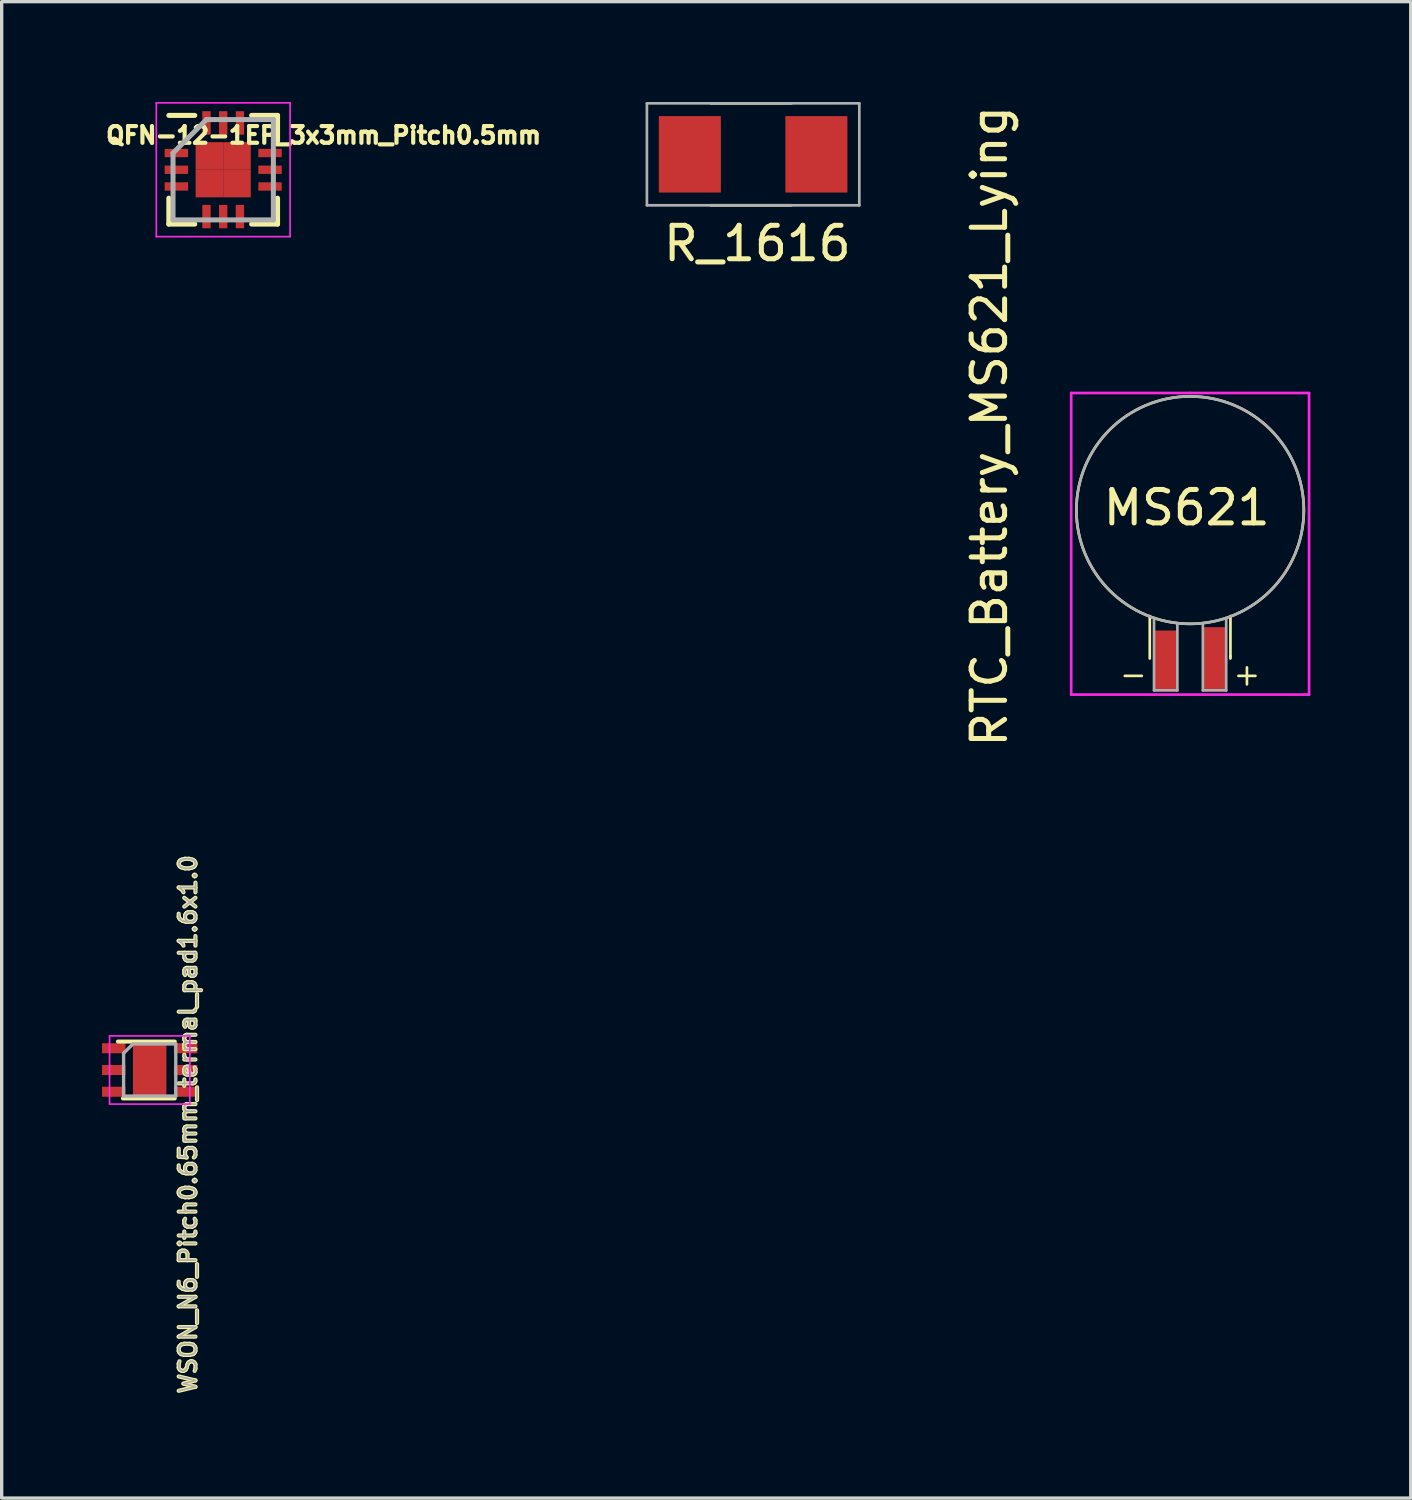
<source format=kicad_pcb>
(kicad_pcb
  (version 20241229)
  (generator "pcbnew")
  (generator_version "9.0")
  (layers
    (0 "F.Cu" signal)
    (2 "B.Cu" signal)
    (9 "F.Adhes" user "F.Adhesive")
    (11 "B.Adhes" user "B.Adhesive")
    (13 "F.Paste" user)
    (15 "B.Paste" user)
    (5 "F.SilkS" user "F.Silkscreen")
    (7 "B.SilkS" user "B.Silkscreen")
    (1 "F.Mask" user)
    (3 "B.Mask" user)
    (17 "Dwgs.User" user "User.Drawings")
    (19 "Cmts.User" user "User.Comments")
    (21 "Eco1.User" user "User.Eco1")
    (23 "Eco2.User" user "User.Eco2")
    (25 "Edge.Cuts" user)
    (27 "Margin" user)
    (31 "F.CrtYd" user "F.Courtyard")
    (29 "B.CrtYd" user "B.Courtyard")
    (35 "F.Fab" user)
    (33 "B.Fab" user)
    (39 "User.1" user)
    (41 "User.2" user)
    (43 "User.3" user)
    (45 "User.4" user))
  (footprint "WSON_N6_Pitch0.65mm_termal_pad1.6x1.0"
    (layer "F.Cu")
    (at 1.425 28.94)
    (property "Reference" "WSON_N6_Pitch0.65mm_termal_pad1.6x1.0" (at 1.143 1.626 90) (layer "F.SilkS") (effects (font (size 0.5 0.5) (thickness 0.125))))
    (attr smd)
    (fp_line (start -0.95 -0.85) (end 0.75 -0.85) (stroke (width 0.12) (type solid)) (layer "F.SilkS"))
    (fp_line (start -0.8 0.85) (end 0.75 0.85) (stroke (width 0.12) (type solid)) (layer "F.SilkS"))
    (fp_line (start -1.2 1.02) (end -1.2 -1.02) (stroke (width 0.05) (type solid)) (layer "F.CrtYd"))
    (fp_line (start -1.2 1.02) (end 1.2 1.02) (stroke (width 0.05) (type solid)) (layer "F.CrtYd"))
    (fp_line (start 1.2 -1.02) (end -1.2 -1.02) (stroke (width 0.05) (type solid)) (layer "F.CrtYd"))
    (fp_line (start 1.2 -1.02) (end 1.2 1.02) (stroke (width 0.05) (type solid)) (layer "F.CrtYd"))
    (fp_line (start -0.78 -0.5) (end -0.78 0.78) (stroke (width 0.1) (type solid)) (layer "F.Fab"))
    (fp_line (start -0.78 0.78) (end 0.78 0.78) (stroke (width 0.1) (type solid)) (layer "F.Fab"))
    (fp_line (start -0.5 -0.78) (end -0.78 -0.5) (stroke (width 0.1) (type solid)) (layer "F.Fab"))
    (fp_line (start 0.78 -0.78) (end -0.5 -0.78) (stroke (width 0.1) (type solid)) (layer "F.Fab"))
    (fp_line (start 0.78 -0.78) (end 0.78 0.78) (stroke (width 0.1) (type solid)) (layer "F.Fab"))
    (fp_text user "${REFERENCE}" (at 1.143 1.626 90) (layer "F.Fab") (effects (font (size 0.5 0.5) (thickness 0.05))))
    (pad "1" smd rect (at -1.075 -0.65 270) (size 0.3 0.7) (layers "F.Cu" "F.Mask" "F.Paste"))
    (pad "2" smd rect (at -1.075 0 270) (size 0.3 0.7) (layers "F.Cu" "F.Mask" "F.Paste"))
    (pad "3" smd rect (at -1.075 0.65 270) (size 0.3 0.7) (layers "F.Cu" "F.Mask" "F.Paste"))
    (pad "4" smd rect (at 1.075 0.65 270) (size 0.3 0.7) (layers "F.Cu" "F.Mask" "F.Paste"))
    (pad "5" smd rect (at 1.075 0 270) (size 0.3 0.7) (layers "F.Cu" "F.Mask" "F.Paste"))
    (pad "6" smd rect (at 1.075 -0.65 270) (size 0.3 0.7) (layers "F.Cu" "F.Mask" "F.Paste"))
    (pad "7" smd rect (at 0 0 270) (size 1.6 1) (layers "F.Cu" "F.Mask" "F.Paste")))
  (footprint "QFN-12-1EP_3x3mm_Pitch0.5mm"
    (layer "F.Cu")
    (at 3.623 2.025)
    (property "Reference" "QFN-12-1EP_3x3mm_Pitch0.5mm" (at 3.002 -1.031 0) (layer "F.SilkS") (effects (font (size 0.5 0.5) (thickness 0.125))))
    (attr smd)
    (fp_line (start -1.625 -1.625) (end -0.85 -1.625) (stroke (width 0.15) (type solid)) (layer "F.SilkS"))
    (fp_line (start -1.625 1.625) (end -1.625 0.85) (stroke (width 0.15) (type solid)) (layer "F.SilkS"))
    (fp_line (start -1.625 1.625) (end -0.85 1.625) (stroke (width 0.15) (type solid)) (layer "F.SilkS"))
    (fp_line (start 1.625 -1.625) (end 0.85 -1.625) (stroke (width 0.15) (type solid)) (layer "F.SilkS"))
    (fp_line (start 1.625 -1.625) (end 1.625 -0.85) (stroke (width 0.15) (type solid)) (layer "F.SilkS"))
    (fp_line (start 1.625 1.625) (end 0.85 1.625) (stroke (width 0.15) (type solid)) (layer "F.SilkS"))
    (fp_line (start 1.625 1.625) (end 1.625 0.85) (stroke (width 0.15) (type solid)) (layer "F.SilkS"))
    (fp_line (start -2 -2) (end -2 2) (stroke (width 0.05) (type solid)) (layer "F.CrtYd"))
    (fp_line (start -2 -2) (end 2 -2) (stroke (width 0.05) (type solid)) (layer "F.CrtYd"))
    (fp_line (start -2 2) (end 2 2) (stroke (width 0.05) (type solid)) (layer "F.CrtYd"))
    (fp_line (start 2 -2) (end 2 2) (stroke (width 0.05) (type solid)) (layer "F.CrtYd"))
    (fp_line (start -1.5 -0.5) (end -0.5 -1.5) (stroke (width 0.15) (type solid)) (layer "F.Fab"))
    (fp_line (start -1.5 1.5) (end -1.5 -0.5) (stroke (width 0.15) (type solid)) (layer "F.Fab"))
    (fp_line (start -0.5 -1.5) (end 1.5 -1.5) (stroke (width 0.15) (type solid)) (layer "F.Fab"))
    (fp_line (start 1.5 -1.5) (end 1.5 1.5) (stroke (width 0.15) (type solid)) (layer "F.Fab"))
    (fp_line (start 1.5 1.5) (end -1.5 1.5) (stroke (width 0.15) (type solid)) (layer "F.Fab"))
    (pad "1" smd rect (at -1.4 -0.5) (size 0.7 0.25) (layers "F.Cu" "F.Mask" "F.Paste"))
    (pad "2" smd rect (at -1.4 0) (size 0.7 0.25) (layers "F.Cu" "F.Mask" "F.Paste"))
    (pad "3" smd rect (at -1.4 0.5) (size 0.7 0.25) (layers "F.Cu" "F.Mask" "F.Paste"))
    (pad "4" smd rect (at -0.5 1.4 90) (size 0.7 0.25) (layers "F.Cu" "F.Mask" "F.Paste"))
    (pad "5" smd rect (at 0 1.4 90) (size 0.7 0.25) (layers "F.Cu" "F.Mask" "F.Paste"))
    (pad "6" smd rect (at 0.5 1.4 90) (size 0.7 0.25) (layers "F.Cu" "F.Mask" "F.Paste"))
    (pad "7" smd rect (at 1.4 0.5) (size 0.7 0.25) (layers "F.Cu" "F.Mask" "F.Paste"))
    (pad "8" smd rect (at 1.4 0) (size 0.7 0.25) (layers "F.Cu" "F.Mask" "F.Paste"))
    (pad "9" smd rect (at 1.4 -0.5) (size 0.7 0.25) (layers "F.Cu" "F.Mask" "F.Paste"))
    (pad "10" smd rect (at 0.5 -1.4 90) (size 0.7 0.25) (layers "F.Cu" "F.Mask" "F.Paste"))
    (pad "11" smd rect (at 0 -1.4 90) (size 0.7 0.25) (layers "F.Cu" "F.Mask" "F.Paste"))
    (pad "12" smd rect (at -0.5 -1.4 90) (size 0.7 0.25) (layers "F.Cu" "F.Mask" "F.Paste"))
    (pad "13" smd rect (at -0.412 -0.412) (size 0.825 0.825) (layers "F.Cu" "F.Mask" "F.Paste"))
    (pad "13" smd rect (at -0.412 0.412) (size 0.825 0.825) (layers "F.Cu" "F.Mask" "F.Paste"))
    (pad "13" smd rect (at 0.412 -0.412) (size 0.825 0.825) (layers "F.Cu" "F.Mask" "F.Paste"))
    (pad "13" smd rect (at 0.412 0.412) (size 0.825 0.825) (layers "F.Cu" "F.Mask" "F.Paste")))
  (footprint "RTC_Battery_MS621_Lying"
    (layer "F.Cu")
    (at 32.531 16.701)
    (property "Reference" "RTC_Battery_MS621_Lying" (at -6.001 -7.005 270) (layer "F.SilkS") (effects (font (size 1 1) (thickness 0.15))))
    (attr through_hole)
    (fp_line (start -1.953 0.456) (end -1.445 0.456) (stroke (width 0.08) (type solid)) (layer "F.SilkS"))
    (fp_line (start -1.206 -0.064) (end -1.206 -1.333) (stroke (width 0.08) (type solid)) (layer "F.SilkS"))
    (fp_line (start 1.206 -0.127) (end 1.206 -1.333) (stroke (width 0.08) (type solid)) (layer "F.SilkS"))
    (fp_line (start 1.206 -0.064) (end 1.206 -0.127) (stroke (width 0.08) (type solid)) (layer "F.SilkS"))
    (fp_line (start 1.699 0.202) (end 1.699 0.71) (stroke (width 0.08) (type solid)) (layer "F.SilkS"))
    (fp_line (start 1.953 0.456) (end 1.445 0.456) (stroke (width 0.08) (type solid)) (layer "F.SilkS"))
    (fp_circle (center 0 -4.5) (end 0 -1.1) (stroke (width 0.08) (type solid)) (fill no) (layer "F.SilkS"))
    (fp_line (start -3.556 -8.001) (end 0 -8.001) (stroke (width 0.08) (type solid)) (layer "F.CrtYd"))
    (fp_line (start -3.556 1.016) (end -3.556 -8.001) (stroke (width 0.08) (type solid)) (layer "F.CrtYd"))
    (fp_line (start 0 -8.001) (end 3.556 -8.001) (stroke (width 0.08) (type solid)) (layer "F.CrtYd"))
    (fp_line (start 3.556 -8.001) (end 3.556 1.016) (stroke (width 0.08) (type solid)) (layer "F.CrtYd"))
    (fp_line (start 3.556 1.016) (end -3.556 1.016) (stroke (width 0.08) (type solid)) (layer "F.CrtYd"))
    (fp_line (start -1.079 0.889) (end -1.079 -1.27) (stroke (width 0.08) (type solid)) (layer "F.Fab"))
    (fp_line (start -0.381 0.889) (end -1.079 0.889) (stroke (width 0.08) (type solid)) (layer "F.Fab"))
    (fp_line (start -0.381 0.889) (end -0.381 -1.079) (stroke (width 0.08) (type solid)) (layer "F.Fab"))
    (fp_line (start 0.381 0.889) (end 0.381 -1.079) (stroke (width 0.08) (type solid)) (layer "F.Fab"))
    (fp_line (start 0.381 0.889) (end 1.079 0.889) (stroke (width 0.08) (type solid)) (layer "F.Fab"))
    (fp_line (start 1.079 0.889) (end 1.079 -1.27) (stroke (width 0.08) (type solid)) (layer "F.Fab"))
    (fp_circle (center 0 -4.5) (end 0 -1.1) (stroke (width 0.08) (type solid)) (fill no) (layer "F.Fab"))
    (fp_text user "MS621" (at -0.102 -4.572 0) (layer "F.SilkS") (effects (font (size 1 1) (thickness 0.15))))
    (pad "1" smd rect (at 0.75 -0.05) (size 0.7 1.9) (layers "F.Cu" "F.Mask" "F.Paste"))
    (pad "2" smd rect (at -0.75 0) (size 0.7 1.8) (layers "F.Cu" "F.Mask" "F.Paste")))
  (footprint "R_1616"
    (layer "F.Cu")
    (at 19.466 1.564)
    (property "Reference" "R_1616" (at 0.127 2.667 0) (layer "F.SilkS") (effects (font (size 1 1) (thickness 0.15))))
    (attr through_hole)
    (fp_line (start -1.27 -1.524) (end 1.143 -1.524) (stroke (width 0.08) (type solid)) (layer "F.SilkS"))
    (fp_line (start 1.143 1.524) (end -1.27 1.524) (stroke (width 0.08) (type solid)) (layer "F.SilkS"))
    (fp_line (start -3.175 -1.524) (end 3.175 -1.524) (stroke (width 0.08) (type solid)) (layer "F.Fab"))
    (fp_line (start -3.175 1.524) (end -3.175 -1.524) (stroke (width 0.08) (type solid)) (layer "F.Fab"))
    (fp_line (start 3.175 -1.524) (end 3.175 1.524) (stroke (width 0.08) (type solid)) (layer "F.Fab"))
    (fp_line (start 3.175 1.524) (end -3.175 1.524) (stroke (width 0.08) (type solid)) (layer "F.Fab"))
    (pad "1" smd rect (at -1.892 0) (size 1.855 2.286) (layers "F.Cu" "F.Mask" "F.Paste"))
    (pad "2" smd rect (at 1.892 0) (size 1.855 2.286) (layers "F.Cu" "F.Mask" "F.Paste")))
  (gr_rect
    (start -3 -3)
    (end 39.127 41.739)
    (stroke (width 0.1) (type default))
    (fill no)
    (layer "Edge.Cuts")))
</source>
